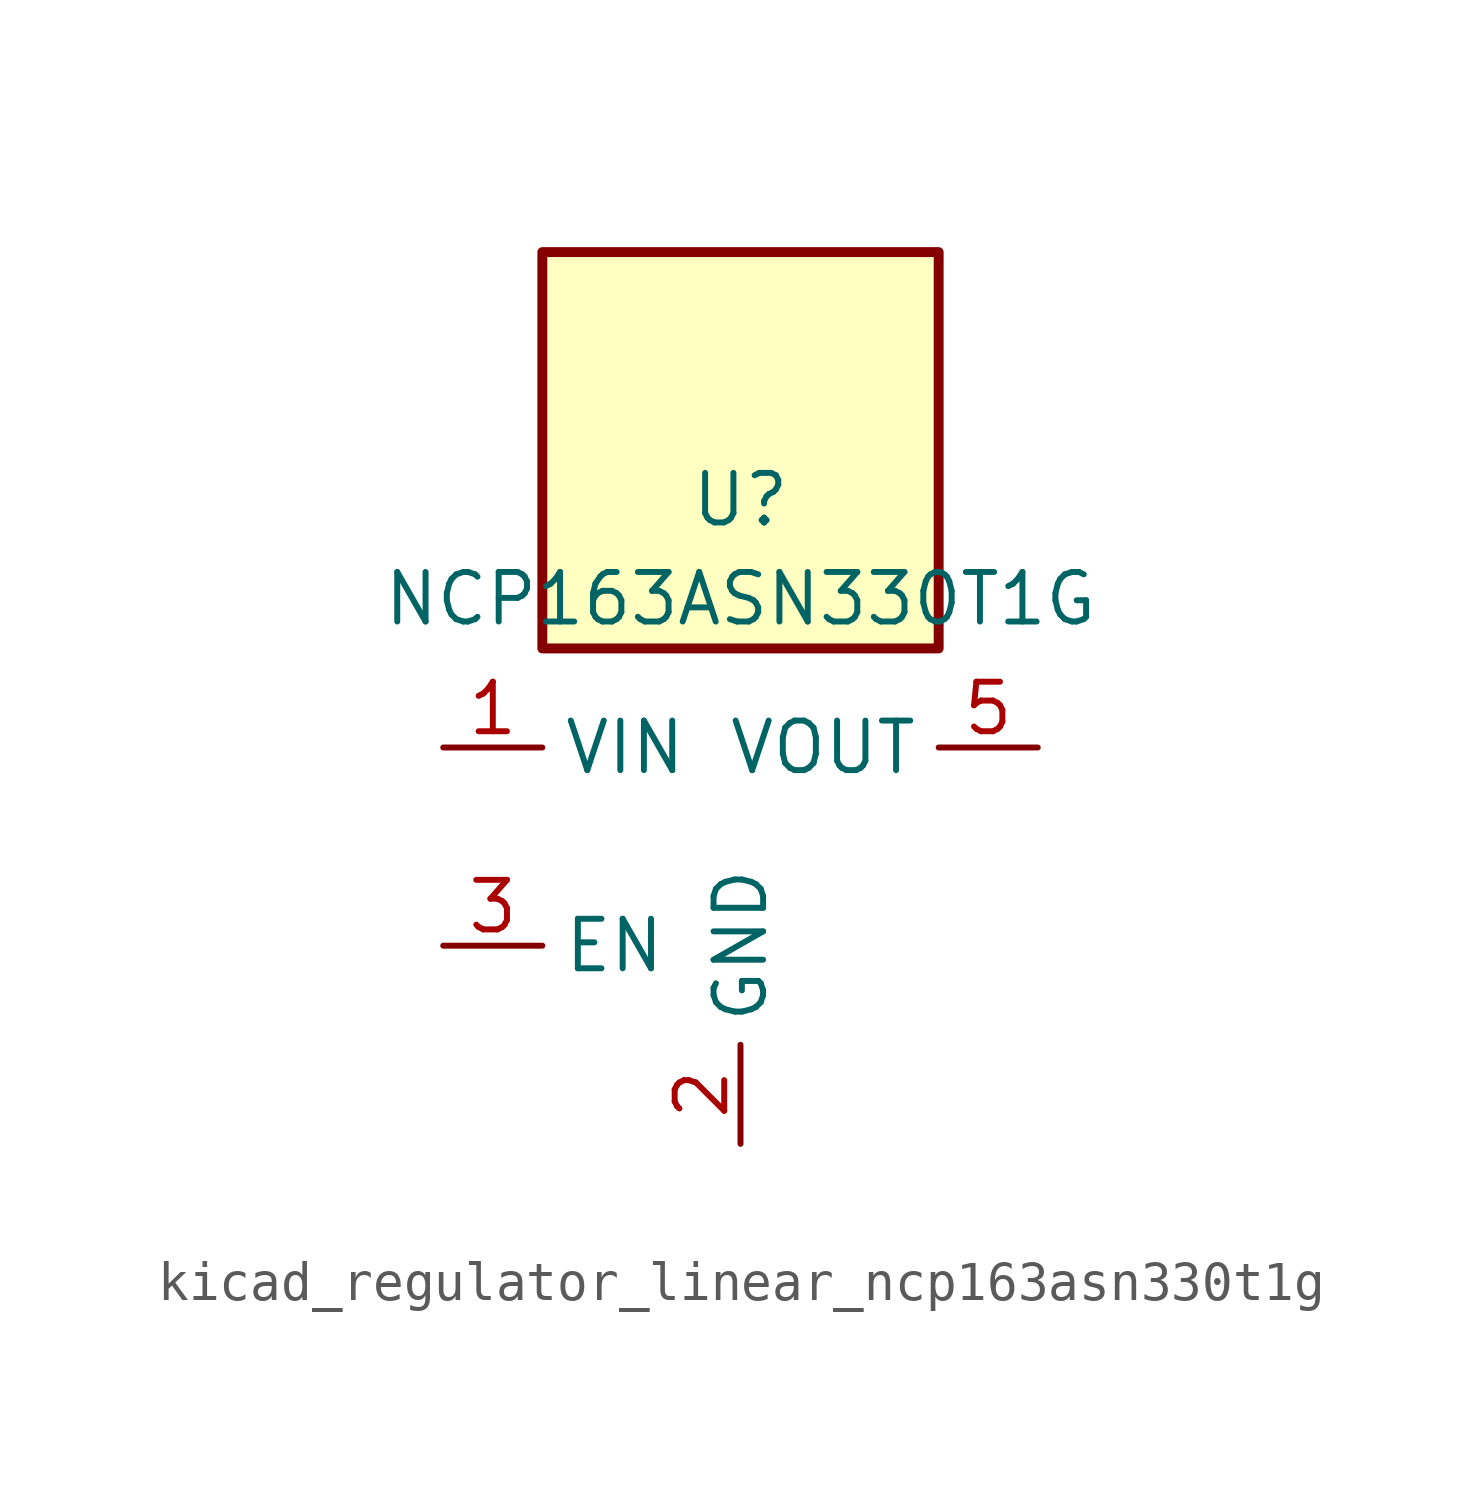
<source format=kicad_sym>
(kicad_symbol_lib
  (version 20220914)
  (generator kicad_symbol_editor)
  (symbol "kicad_regulator_linear_ncp163asn330t1g"
    (property "Reference" "U"
      (at 0 8.89 0)
      (effects (font (size 1.27 1.27))))
    (property "Value" "NCP163ASN330T1G"
      (at 0 6.35 0)
      (effects (font (size 1.27 1.27))))
    (symbol "kicad_regulator_linear_ncp163asn330t1g_0_1"
      (rectangle (start 5.08 15.24) (end -5.08 5.08) (stroke (width 0.254) (type default)) (fill (type background))))
    (symbol "kicad_regulator_linear_ncp163asn330t1g_1_1"
      (pin power_in line (at -7.62 2.54 0) (length 2.54) (name "VIN" (effects (font (size 1.27 1.27)))) (number "1" (effects (font (size 1.27 1.27)))))
      (pin power_in line (at 0 -7.62 90) (length 2.54) (name "GND" (effects (font (size 1.27 1.27)))) (number "2" (effects (font (size 1.27 1.27)))))
      (pin input line (at -7.62 -2.54 0) (length 2.54) (name "EN" (effects (font (size 1.27 1.27)))) (number "3" (effects (font (size 1.27 1.27)))))
      (pin no_connect line (at 5.08 -2.54 180) (length 2.54) hide (name "NC" (effects (font (size 1.27 1.27)))) (number "4" (effects (font (size 1.27 1.27)))))
      (pin power_out line (at 7.62 2.54 180) (length 2.54) (name "VOUT" (effects (font (size 1.27 1.27)))) (number "5" (effects (font (size 1.27 1.27))))))))
</source>
